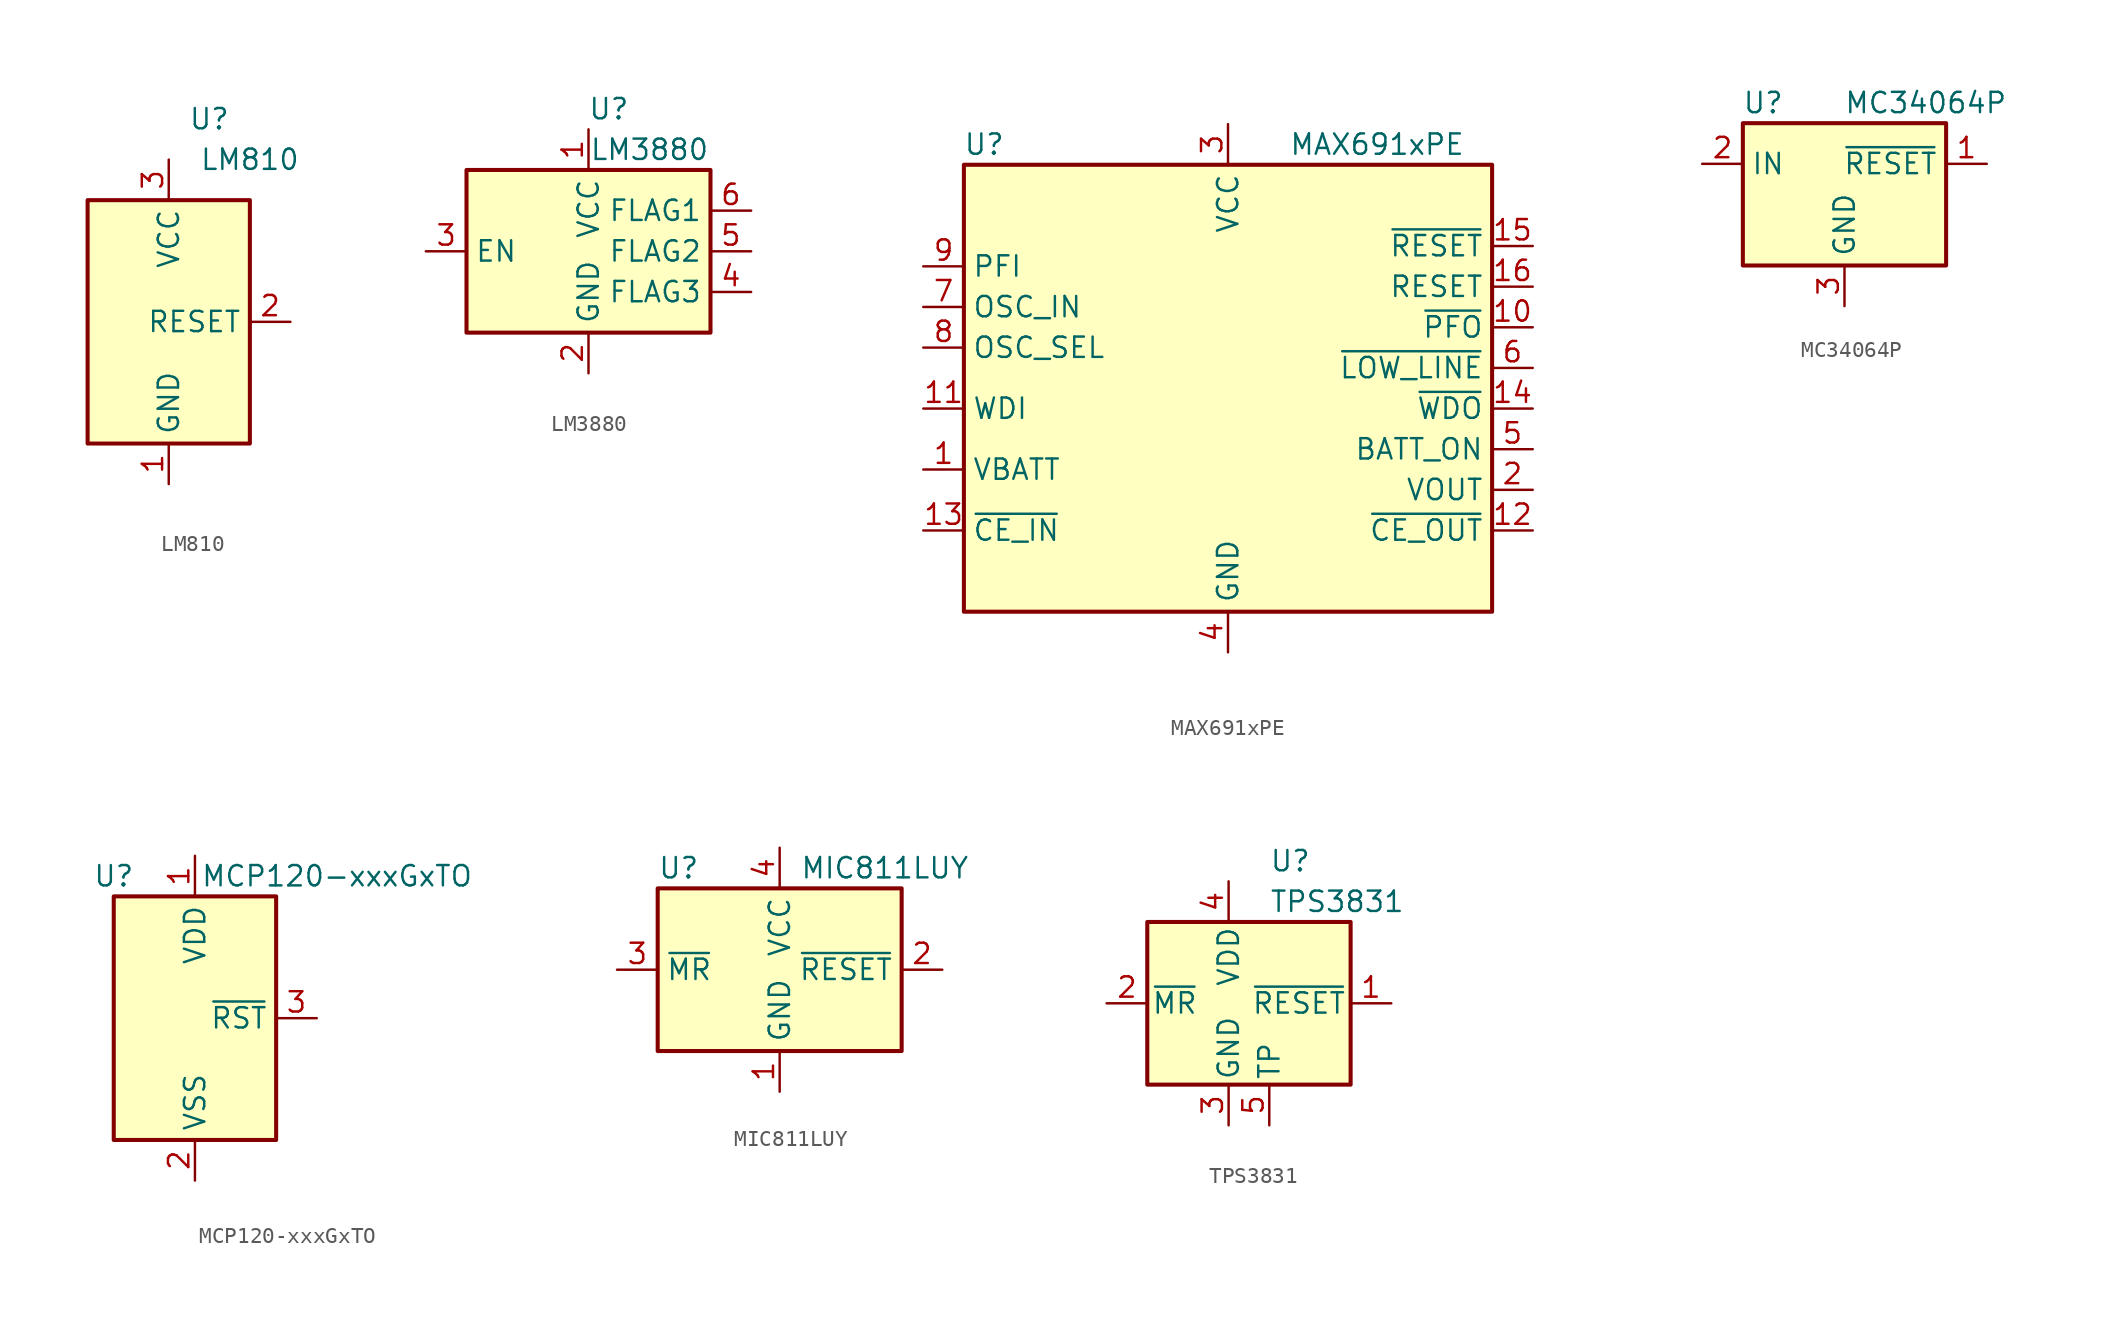
<source format=kicad_sym>
(kicad_symbol_lib
  (version 20220914)
  (generator kicad_symbol_editor)
  (symbol "LM810"
    (property "Reference" "U"
      (at 2.54 12.7 0)
      (effects (font (size 1.27 1.27))))
    (property "Value" "LM810"
      (at 5.08 10.16 0)
      (effects (font (size 1.27 1.27))))
    (symbol "LM810_0_1"
      (rectangle (start 5.08 7.62) (end -5.08 -7.62) (stroke (width 0.254) (type default)) (fill (type background))))
    (symbol "LM810_1_1"
      (pin power_in line (at 0 -10.16 90) (length 2.54) (name "GND" (effects (font (size 1.27 1.27)))) (number "1" (effects (font (size 1.27 1.27)))))
      (pin output line (at 7.62 0 180) (length 2.54) (name "RESET" (effects (font (size 1.27 1.27)))) (number "2" (effects (font (size 1.27 1.27)))))
      (pin power_in line (at 0 10.16 270) (length 2.54) (name "VCC" (effects (font (size 1.27 1.27)))) (number "3" (effects (font (size 1.27 1.27)))))))
  (symbol "LM3880"
    (property "Reference" "U"
      (at 1.27 8.89 0)
      (effects (font (size 1.27 1.27))))
    (property "Value" "LM3880"
      (at 3.81 6.35 0)
      (effects (font (size 1.27 1.27))))
    (symbol "LM3880_0_1"
      (rectangle (start -7.62 5.08) (end 7.62 -5.08) (stroke (width 0.254) (type default)) (fill (type background))))
    (symbol "LM3880_1_1"
      (pin power_in line (at 0 7.62 270) (length 2.54) (name "VCC" (effects (font (size 1.27 1.27)))) (number "1" (effects (font (size 1.27 1.27)))))
      (pin power_in line (at 0 -7.62 90) (length 2.54) (name "GND" (effects (font (size 1.27 1.27)))) (number "2" (effects (font (size 1.27 1.27)))))
      (pin input line (at -10.16 0 0) (length 2.54) (name "EN" (effects (font (size 1.27 1.27)))) (number "3" (effects (font (size 1.27 1.27)))))
      (pin open_collector line (at 10.16 -2.54 180) (length 2.54) (name "FLAG3" (effects (font (size 1.27 1.27)))) (number "4" (effects (font (size 1.27 1.27)))))
      (pin open_collector line (at 10.16 0 180) (length 2.54) (name "FLAG2" (effects (font (size 1.27 1.27)))) (number "5" (effects (font (size 1.27 1.27)))))
      (pin open_collector line (at 10.16 2.54 180) (length 2.54) (name "FLAG1" (effects (font (size 1.27 1.27)))) (number "6" (effects (font (size 1.27 1.27)))))))
  (symbol "MAX691xPE"
    (property "Reference" "U"
      (at -15.24 13.97 0)
      (effects (font (size 1.27 1.27))))
    (property "Value" "MAX691xPE"
      (at 3.81 13.97 0)
      (effects (font (size 1.27 1.27)) (justify left)))
    (symbol "MAX691xPE_0_1"
      (rectangle (start 16.51 12.7) (end -16.51 -15.24) (stroke (width 0.254) (type default)) (fill (type background))))
    (symbol "MAX691xPE_1_1"
      (pin power_in line (at -19.05 -6.35 0) (length 2.54) (name "VBATT" (effects (font (size 1.27 1.27)))) (number "1" (effects (font (size 1.27 1.27)))))
      (pin output line (at 19.05 2.54 180) (length 2.54) (name "~{PFO}" (effects (font (size 1.27 1.27)))) (number "10" (effects (font (size 1.27 1.27)))))
      (pin input line (at -19.05 -2.54 0) (length 2.54) (name "WDI" (effects (font (size 1.27 1.27)))) (number "11" (effects (font (size 1.27 1.27)))))
      (pin output line (at 19.05 -10.16 180) (length 2.54) (name "~{CE_OUT}" (effects (font (size 1.27 1.27)))) (number "12" (effects (font (size 1.27 1.27)))))
      (pin input line (at -19.05 -10.16 0) (length 2.54) (name "~{CE_IN}" (effects (font (size 1.27 1.27)))) (number "13" (effects (font (size 1.27 1.27)))))
      (pin output line (at 19.05 -2.54 180) (length 2.54) (name "~{WDO}" (effects (font (size 1.27 1.27)))) (number "14" (effects (font (size 1.27 1.27)))))
      (pin output line (at 19.05 7.62 180) (length 2.54) (name "~{RESET}" (effects (font (size 1.27 1.27)))) (number "15" (effects (font (size 1.27 1.27)))))
      (pin output line (at 19.05 5.08 180) (length 2.54) (name "RESET" (effects (font (size 1.27 1.27)))) (number "16" (effects (font (size 1.27 1.27)))))
      (pin power_out line (at 19.05 -7.62 180) (length 2.54) (name "VOUT" (effects (font (size 1.27 1.27)))) (number "2" (effects (font (size 1.27 1.27)))))
      (pin power_in line (at 0 15.24 270) (length 2.54) (name "VCC" (effects (font (size 1.27 1.27)))) (number "3" (effects (font (size 1.27 1.27)))))
      (pin power_in line (at 0 -17.78 90) (length 2.54) (name "GND" (effects (font (size 1.27 1.27)))) (number "4" (effects (font (size 1.27 1.27)))))
      (pin output line (at 19.05 -5.08 180) (length 2.54) (name "BATT_ON" (effects (font (size 1.27 1.27)))) (number "5" (effects (font (size 1.27 1.27)))))
      (pin output line (at 19.05 0 180) (length 2.54) (name "~{LOW_LINE}" (effects (font (size 1.27 1.27)))) (number "6" (effects (font (size 1.27 1.27)))))
      (pin input line (at -19.05 3.81 0) (length 2.54) (name "OSC_IN" (effects (font (size 1.27 1.27)))) (number "7" (effects (font (size 1.27 1.27)))))
      (pin input line (at -19.05 1.27 0) (length 2.54) (name "OSC_SEL" (effects (font (size 1.27 1.27)))) (number "8" (effects (font (size 1.27 1.27)))))
      (pin input line (at -19.05 6.35 0) (length 2.54) (name "PFI" (effects (font (size 1.27 1.27)))) (number "9" (effects (font (size 1.27 1.27)))))))
  (symbol "MC34064P"
    (property "Reference" "U"
      (at -5.08 5.08 0)
      (effects (font (size 1.27 1.27))))
    (property "Value" "MC34064P"
      (at 5.08 5.08 0)
      (effects (font (size 1.27 1.27))))
    (symbol "MC34064P_0_1"
      (rectangle (start -6.35 -5.08) (end 6.35 3.81) (stroke (width 0.254) (type default)) (fill (type background))))
    (symbol "MC34064P_1_1"
      (pin open_collector line (at 8.89 1.27 180) (length 2.54) (name "~{RESET}" (effects (font (size 1.27 1.27)))) (number "1" (effects (font (size 1.27 1.27)))))
      (pin input line (at -8.89 1.27 0) (length 2.54) (name "IN" (effects (font (size 1.27 1.27)))) (number "2" (effects (font (size 1.27 1.27)))))
      (pin input line (at 0 -7.62 90) (length 2.54) (name "GND" (effects (font (size 1.27 1.27)))) (number "3" (effects (font (size 1.27 1.27)))))))
  (symbol "MCP120-xxxGxTO"
    (property "Reference" "U"
      (at -5.08 8.89 0)
      (effects (font (size 1.27 1.27))))
    (property "Value" "MCP120-xxxGxTO"
      (at 8.89 8.89 0)
      (effects (font (size 1.27 1.27))))
    (symbol "MCP120-xxxGxTO_0_1"
      (rectangle (start 5.08 7.62) (end -5.08 -7.62) (stroke (width 0.254) (type default)) (fill (type background))))
    (symbol "MCP120-xxxGxTO_1_1"
      (pin power_in line (at 0 10.16 270) (length 2.54) (name "VDD" (effects (font (size 1.27 1.27)))) (number "1" (effects (font (size 1.27 1.27)))))
      (pin power_in line (at 0 -10.16 90) (length 2.54) (name "VSS" (effects (font (size 1.27 1.27)))) (number "2" (effects (font (size 1.27 1.27)))))
      (pin open_collector line (at 7.62 0 180) (length 2.54) (name "~{RST}" (effects (font (size 1.27 1.27)))) (number "3" (effects (font (size 1.27 1.27)))))))
  (symbol "MIC811LUY"
    (property "Reference" "U"
      (at -7.62 6.35 0)
      (effects (font (size 1.27 1.27)) (justify left)))
    (property "Value" "MIC811LUY"
      (at 1.27 6.35 0)
      (effects (font (size 1.27 1.27)) (justify left)))
    (symbol "MIC811LUY_0_1"
      (rectangle (start -7.62 5.08) (end 7.62 -5.08) (stroke (width 0.254) (type default)) (fill (type background))))
    (symbol "MIC811LUY_1_1"
      (pin power_in line (at 0 -7.62 90) (length 2.54) (name "GND" (effects (font (size 1.27 1.27)))) (number "1" (effects (font (size 1.27 1.27)))))
      (pin output line (at 10.16 0 180) (length 2.54) (name "~{RESET}" (effects (font (size 1.27 1.27)))) (number "2" (effects (font (size 1.27 1.27)))))
      (pin input line (at -10.16 0 0) (length 2.54) (name "~{MR}" (effects (font (size 1.27 1.27)))) (number "3" (effects (font (size 1.27 1.27)))))
      (pin power_in line (at 0 7.62 270) (length 2.54) (name "VCC" (effects (font (size 1.27 1.27)))) (number "4" (effects (font (size 1.27 1.27)))))))
  (symbol "TPS3831"
    (pin_names
      (offset 0.254))
    (property "Reference" "U"
      (at 2.54 8.89 0)
      (effects (font (size 1.27 1.27)) (justify left)))
    (property "Value" "TPS3831"
      (at 2.54 6.35 0)
      (effects (font (size 1.27 1.27)) (justify left)))
    (symbol "TPS3831_0_1"
      (rectangle (start -5.08 5.08) (end 7.62 -5.08) (stroke (width 0.254) (type default)) (fill (type background))))
    (symbol "TPS3831_1_1"
      (pin output line (at 10.16 0 180) (length 2.54) (name "~{RESET}" (effects (font (size 1.27 1.27)))) (number "1" (effects (font (size 1.27 1.27)))))
      (pin input line (at -7.62 0 0) (length 2.54) (name "~{MR}" (effects (font (size 1.27 1.27)))) (number "2" (effects (font (size 1.27 1.27)))))
      (pin power_in line (at 0 -7.62 90) (length 2.54) (name "GND" (effects (font (size 1.27 1.27)))) (number "3" (effects (font (size 1.27 1.27)))))
      (pin power_in line (at 0 7.62 270) (length 2.54) (name "VDD" (effects (font (size 1.27 1.27)))) (number "4" (effects (font (size 1.27 1.27)))))
      (pin power_in line (at 2.54 -7.62 90) (length 2.54) (name "TP" (effects (font (size 1.27 1.27)))) (number "5" (effects (font (size 1.27 1.27))))))))
</source>
